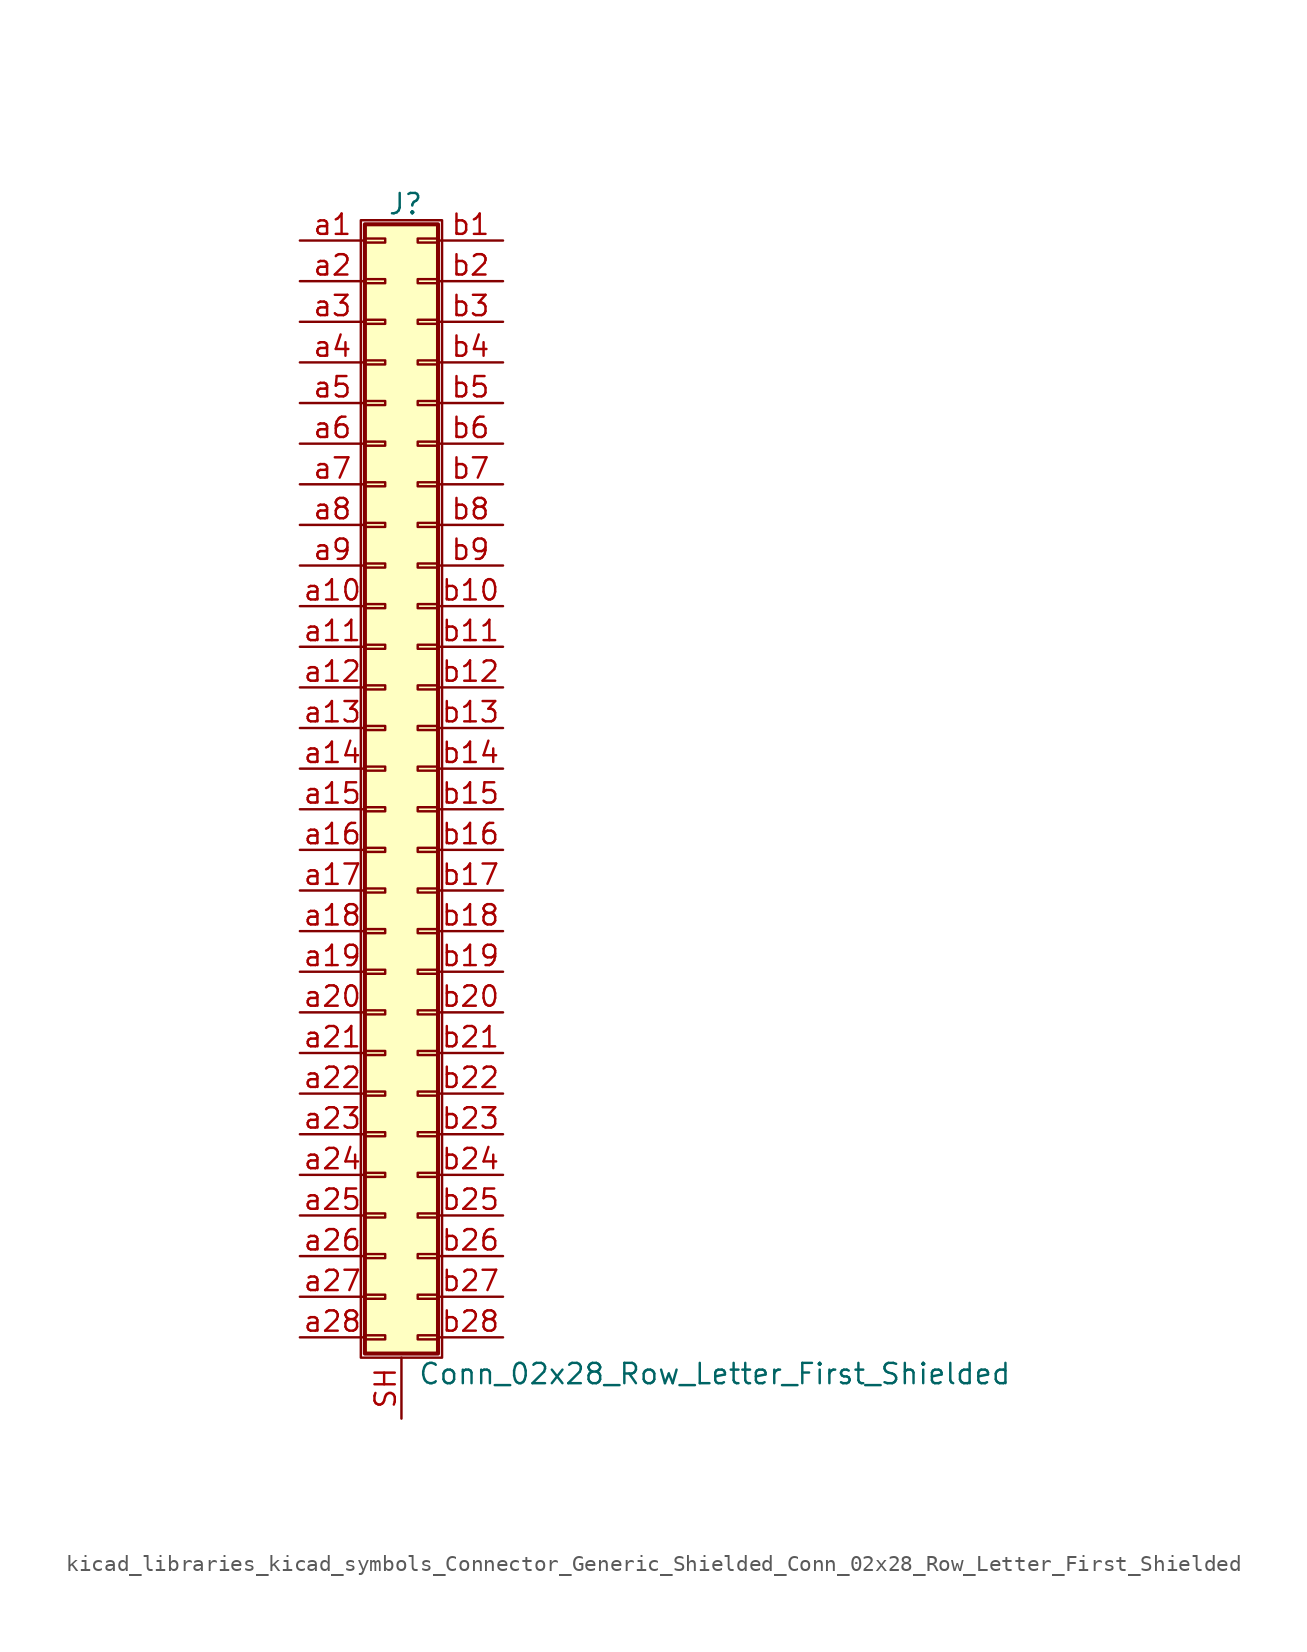
<source format=kicad_sym>
(kicad_symbol_lib
  (version 20220914)
  (generator kicad_symbol_editor)
  (symbol "kicad_libraries_kicad_symbols_Connector_Generic_Shielded_Conn_02x28_Row_Letter_First_Shielded"
    (pin_names
      (offset 1.016) hide)
    (property "Reference" "J"
      (at 1.524 35.306 0)
      (effects (font (size 1.27 1.27))))
    (property "Value" "Conn_02x28_Row_Letter_First_Shielded"
      (at 2.286 -37.846 0)
      (effects (font (size 1.27 1.27)) (justify left)))
    (symbol "kicad_libraries_kicad_symbols_Connector_Generic_Shielded_Conn_02x28_Row_Letter_First_Shielded_1_1"
      (rectangle (start -1.27 34.29) (end 3.81 -36.83) (stroke (width 0.152) (type default)) (fill (type none)))
      (rectangle (start -1.016 -35.433) (end 0.254 -35.687) (stroke (width 0.152) (type default)) (fill (type none)))
      (rectangle (start -1.016 -32.893) (end 0.254 -33.147) (stroke (width 0.152) (type default)) (fill (type none)))
      (rectangle (start -1.016 -30.353) (end 0.254 -30.607) (stroke (width 0.152) (type default)) (fill (type none)))
      (rectangle (start -1.016 -27.813) (end 0.254 -28.067) (stroke (width 0.152) (type default)) (fill (type none)))
      (rectangle (start -1.016 -25.273) (end 0.254 -25.527) (stroke (width 0.152) (type default)) (fill (type none)))
      (rectangle (start -1.016 -22.733) (end 0.254 -22.987) (stroke (width 0.152) (type default)) (fill (type none)))
      (rectangle (start -1.016 -20.193) (end 0.254 -20.447) (stroke (width 0.152) (type default)) (fill (type none)))
      (rectangle (start -1.016 -17.653) (end 0.254 -17.907) (stroke (width 0.152) (type default)) (fill (type none)))
      (rectangle (start -1.016 -15.113) (end 0.254 -15.367) (stroke (width 0.152) (type default)) (fill (type none)))
      (rectangle (start -1.016 -12.573) (end 0.254 -12.827) (stroke (width 0.152) (type default)) (fill (type none)))
      (rectangle (start -1.016 -10.033) (end 0.254 -10.287) (stroke (width 0.152) (type default)) (fill (type none)))
      (rectangle (start -1.016 -7.493) (end 0.254 -7.747) (stroke (width 0.152) (type default)) (fill (type none)))
      (rectangle (start -1.016 -4.953) (end 0.254 -5.207) (stroke (width 0.152) (type default)) (fill (type none)))
      (rectangle (start -1.016 -2.413) (end 0.254 -2.667) (stroke (width 0.152) (type default)) (fill (type none)))
      (rectangle (start -1.016 0.127) (end 0.254 -0.127) (stroke (width 0.152) (type default)) (fill (type none)))
      (rectangle (start -1.016 2.667) (end 0.254 2.413) (stroke (width 0.152) (type default)) (fill (type none)))
      (rectangle (start -1.016 5.207) (end 0.254 4.953) (stroke (width 0.152) (type default)) (fill (type none)))
      (rectangle (start -1.016 7.747) (end 0.254 7.493) (stroke (width 0.152) (type default)) (fill (type none)))
      (rectangle (start -1.016 10.287) (end 0.254 10.033) (stroke (width 0.152) (type default)) (fill (type none)))
      (rectangle (start -1.016 12.827) (end 0.254 12.573) (stroke (width 0.152) (type default)) (fill (type none)))
      (rectangle (start -1.016 15.367) (end 0.254 15.113) (stroke (width 0.152) (type default)) (fill (type none)))
      (rectangle (start -1.016 17.907) (end 0.254 17.653) (stroke (width 0.152) (type default)) (fill (type none)))
      (rectangle (start -1.016 20.447) (end 0.254 20.193) (stroke (width 0.152) (type default)) (fill (type none)))
      (rectangle (start -1.016 22.987) (end 0.254 22.733) (stroke (width 0.152) (type default)) (fill (type none)))
      (rectangle (start -1.016 25.527) (end 0.254 25.273) (stroke (width 0.152) (type default)) (fill (type none)))
      (rectangle (start -1.016 28.067) (end 0.254 27.813) (stroke (width 0.152) (type default)) (fill (type none)))
      (rectangle (start -1.016 30.607) (end 0.254 30.353) (stroke (width 0.152) (type default)) (fill (type none)))
      (rectangle (start -1.016 33.147) (end 0.254 32.893) (stroke (width 0.152) (type default)) (fill (type none)))
      (rectangle (start -1.016 34.036) (end 3.556 -36.576) (stroke (width 0.254) (type default)) (fill (type background)))
      (rectangle (start 3.556 -35.433) (end 2.286 -35.687) (stroke (width 0.152) (type default)) (fill (type none)))
      (rectangle (start 3.556 -32.893) (end 2.286 -33.147) (stroke (width 0.152) (type default)) (fill (type none)))
      (rectangle (start 3.556 -30.353) (end 2.286 -30.607) (stroke (width 0.152) (type default)) (fill (type none)))
      (rectangle (start 3.556 -27.813) (end 2.286 -28.067) (stroke (width 0.152) (type default)) (fill (type none)))
      (rectangle (start 3.556 -25.273) (end 2.286 -25.527) (stroke (width 0.152) (type default)) (fill (type none)))
      (rectangle (start 3.556 -22.733) (end 2.286 -22.987) (stroke (width 0.152) (type default)) (fill (type none)))
      (rectangle (start 3.556 -20.193) (end 2.286 -20.447) (stroke (width 0.152) (type default)) (fill (type none)))
      (rectangle (start 3.556 -17.653) (end 2.286 -17.907) (stroke (width 0.152) (type default)) (fill (type none)))
      (rectangle (start 3.556 -15.113) (end 2.286 -15.367) (stroke (width 0.152) (type default)) (fill (type none)))
      (rectangle (start 3.556 -12.573) (end 2.286 -12.827) (stroke (width 0.152) (type default)) (fill (type none)))
      (rectangle (start 3.556 -10.033) (end 2.286 -10.287) (stroke (width 0.152) (type default)) (fill (type none)))
      (rectangle (start 3.556 -7.493) (end 2.286 -7.747) (stroke (width 0.152) (type default)) (fill (type none)))
      (rectangle (start 3.556 -4.953) (end 2.286 -5.207) (stroke (width 0.152) (type default)) (fill (type none)))
      (rectangle (start 3.556 -2.413) (end 2.286 -2.667) (stroke (width 0.152) (type default)) (fill (type none)))
      (rectangle (start 3.556 0.127) (end 2.286 -0.127) (stroke (width 0.152) (type default)) (fill (type none)))
      (rectangle (start 3.556 2.667) (end 2.286 2.413) (stroke (width 0.152) (type default)) (fill (type none)))
      (rectangle (start 3.556 5.207) (end 2.286 4.953) (stroke (width 0.152) (type default)) (fill (type none)))
      (rectangle (start 3.556 7.747) (end 2.286 7.493) (stroke (width 0.152) (type default)) (fill (type none)))
      (rectangle (start 3.556 10.287) (end 2.286 10.033) (stroke (width 0.152) (type default)) (fill (type none)))
      (rectangle (start 3.556 12.827) (end 2.286 12.573) (stroke (width 0.152) (type default)) (fill (type none)))
      (rectangle (start 3.556 15.367) (end 2.286 15.113) (stroke (width 0.152) (type default)) (fill (type none)))
      (rectangle (start 3.556 17.907) (end 2.286 17.653) (stroke (width 0.152) (type default)) (fill (type none)))
      (rectangle (start 3.556 20.447) (end 2.286 20.193) (stroke (width 0.152) (type default)) (fill (type none)))
      (rectangle (start 3.556 22.987) (end 2.286 22.733) (stroke (width 0.152) (type default)) (fill (type none)))
      (rectangle (start 3.556 25.527) (end 2.286 25.273) (stroke (width 0.152) (type default)) (fill (type none)))
      (rectangle (start 3.556 28.067) (end 2.286 27.813) (stroke (width 0.152) (type default)) (fill (type none)))
      (rectangle (start 3.556 30.607) (end 2.286 30.353) (stroke (width 0.152) (type default)) (fill (type none)))
      (rectangle (start 3.556 33.147) (end 2.286 32.893) (stroke (width 0.152) (type default)) (fill (type none)))
      (pin passive line (at 1.27 -40.64 90) (length 3.81) (name "Shield" (effects (font (size 1.27 1.27)))) (number "SH" (effects (font (size 1.27 1.27)))))
      (pin passive line (at -5.08 33.02 0) (length 4.064) (name "Pin_a1" (effects (font (size 1.27 1.27)))) (number "a1" (effects (font (size 1.27 1.27)))))
      (pin passive line (at -5.08 10.16 0) (length 4.064) (name "Pin_a10" (effects (font (size 1.27 1.27)))) (number "a10" (effects (font (size 1.27 1.27)))))
      (pin passive line (at -5.08 7.62 0) (length 4.064) (name "Pin_a11" (effects (font (size 1.27 1.27)))) (number "a11" (effects (font (size 1.27 1.27)))))
      (pin passive line (at -5.08 5.08 0) (length 4.064) (name "Pin_a12" (effects (font (size 1.27 1.27)))) (number "a12" (effects (font (size 1.27 1.27)))))
      (pin passive line (at -5.08 2.54 0) (length 4.064) (name "Pin_a13" (effects (font (size 1.27 1.27)))) (number "a13" (effects (font (size 1.27 1.27)))))
      (pin passive line (at -5.08 0 0) (length 4.064) (name "Pin_a14" (effects (font (size 1.27 1.27)))) (number "a14" (effects (font (size 1.27 1.27)))))
      (pin passive line (at -5.08 -2.54 0) (length 4.064) (name "Pin_a15" (effects (font (size 1.27 1.27)))) (number "a15" (effects (font (size 1.27 1.27)))))
      (pin passive line (at -5.08 -5.08 0) (length 4.064) (name "Pin_a16" (effects (font (size 1.27 1.27)))) (number "a16" (effects (font (size 1.27 1.27)))))
      (pin passive line (at -5.08 -7.62 0) (length 4.064) (name "Pin_a17" (effects (font (size 1.27 1.27)))) (number "a17" (effects (font (size 1.27 1.27)))))
      (pin passive line (at -5.08 -10.16 0) (length 4.064) (name "Pin_a18" (effects (font (size 1.27 1.27)))) (number "a18" (effects (font (size 1.27 1.27)))))
      (pin passive line (at -5.08 -12.7 0) (length 4.064) (name "Pin_a19" (effects (font (size 1.27 1.27)))) (number "a19" (effects (font (size 1.27 1.27)))))
      (pin passive line (at -5.08 30.48 0) (length 4.064) (name "Pin_a2" (effects (font (size 1.27 1.27)))) (number "a2" (effects (font (size 1.27 1.27)))))
      (pin passive line (at -5.08 -15.24 0) (length 4.064) (name "Pin_a20" (effects (font (size 1.27 1.27)))) (number "a20" (effects (font (size 1.27 1.27)))))
      (pin passive line (at -5.08 -17.78 0) (length 4.064) (name "Pin_a21" (effects (font (size 1.27 1.27)))) (number "a21" (effects (font (size 1.27 1.27)))))
      (pin passive line (at -5.08 -20.32 0) (length 4.064) (name "Pin_a22" (effects (font (size 1.27 1.27)))) (number "a22" (effects (font (size 1.27 1.27)))))
      (pin passive line (at -5.08 -22.86 0) (length 4.064) (name "Pin_a23" (effects (font (size 1.27 1.27)))) (number "a23" (effects (font (size 1.27 1.27)))))
      (pin passive line (at -5.08 -25.4 0) (length 4.064) (name "Pin_a24" (effects (font (size 1.27 1.27)))) (number "a24" (effects (font (size 1.27 1.27)))))
      (pin passive line (at -5.08 -27.94 0) (length 4.064) (name "Pin_a25" (effects (font (size 1.27 1.27)))) (number "a25" (effects (font (size 1.27 1.27)))))
      (pin passive line (at -5.08 -30.48 0) (length 4.064) (name "Pin_a26" (effects (font (size 1.27 1.27)))) (number "a26" (effects (font (size 1.27 1.27)))))
      (pin passive line (at -5.08 -33.02 0) (length 4.064) (name "Pin_a27" (effects (font (size 1.27 1.27)))) (number "a27" (effects (font (size 1.27 1.27)))))
      (pin passive line (at -5.08 -35.56 0) (length 4.064) (name "Pin_a28" (effects (font (size 1.27 1.27)))) (number "a28" (effects (font (size 1.27 1.27)))))
      (pin passive line (at -5.08 27.94 0) (length 4.064) (name "Pin_a3" (effects (font (size 1.27 1.27)))) (number "a3" (effects (font (size 1.27 1.27)))))
      (pin passive line (at -5.08 25.4 0) (length 4.064) (name "Pin_a4" (effects (font (size 1.27 1.27)))) (number "a4" (effects (font (size 1.27 1.27)))))
      (pin passive line (at -5.08 22.86 0) (length 4.064) (name "Pin_a5" (effects (font (size 1.27 1.27)))) (number "a5" (effects (font (size 1.27 1.27)))))
      (pin passive line (at -5.08 20.32 0) (length 4.064) (name "Pin_a6" (effects (font (size 1.27 1.27)))) (number "a6" (effects (font (size 1.27 1.27)))))
      (pin passive line (at -5.08 17.78 0) (length 4.064) (name "Pin_a7" (effects (font (size 1.27 1.27)))) (number "a7" (effects (font (size 1.27 1.27)))))
      (pin passive line (at -5.08 15.24 0) (length 4.064) (name "Pin_a8" (effects (font (size 1.27 1.27)))) (number "a8" (effects (font (size 1.27 1.27)))))
      (pin passive line (at -5.08 12.7 0) (length 4.064) (name "Pin_a9" (effects (font (size 1.27 1.27)))) (number "a9" (effects (font (size 1.27 1.27)))))
      (pin passive line (at 7.62 33.02 180) (length 4.064) (name "Pin_b1" (effects (font (size 1.27 1.27)))) (number "b1" (effects (font (size 1.27 1.27)))))
      (pin passive line (at 7.62 10.16 180) (length 4.064) (name "Pin_b10" (effects (font (size 1.27 1.27)))) (number "b10" (effects (font (size 1.27 1.27)))))
      (pin passive line (at 7.62 7.62 180) (length 4.064) (name "Pin_b11" (effects (font (size 1.27 1.27)))) (number "b11" (effects (font (size 1.27 1.27)))))
      (pin passive line (at 7.62 5.08 180) (length 4.064) (name "Pin_b12" (effects (font (size 1.27 1.27)))) (number "b12" (effects (font (size 1.27 1.27)))))
      (pin passive line (at 7.62 2.54 180) (length 4.064) (name "Pin_b13" (effects (font (size 1.27 1.27)))) (number "b13" (effects (font (size 1.27 1.27)))))
      (pin passive line (at 7.62 0 180) (length 4.064) (name "Pin_b14" (effects (font (size 1.27 1.27)))) (number "b14" (effects (font (size 1.27 1.27)))))
      (pin passive line (at 7.62 -2.54 180) (length 4.064) (name "Pin_b15" (effects (font (size 1.27 1.27)))) (number "b15" (effects (font (size 1.27 1.27)))))
      (pin passive line (at 7.62 -5.08 180) (length 4.064) (name "Pin_b16" (effects (font (size 1.27 1.27)))) (number "b16" (effects (font (size 1.27 1.27)))))
      (pin passive line (at 7.62 -7.62 180) (length 4.064) (name "Pin_b17" (effects (font (size 1.27 1.27)))) (number "b17" (effects (font (size 1.27 1.27)))))
      (pin passive line (at 7.62 -10.16 180) (length 4.064) (name "Pin_b18" (effects (font (size 1.27 1.27)))) (number "b18" (effects (font (size 1.27 1.27)))))
      (pin passive line (at 7.62 -12.7 180) (length 4.064) (name "Pin_b19" (effects (font (size 1.27 1.27)))) (number "b19" (effects (font (size 1.27 1.27)))))
      (pin passive line (at 7.62 30.48 180) (length 4.064) (name "Pin_b2" (effects (font (size 1.27 1.27)))) (number "b2" (effects (font (size 1.27 1.27)))))
      (pin passive line (at 7.62 -15.24 180) (length 4.064) (name "Pin_b20" (effects (font (size 1.27 1.27)))) (number "b20" (effects (font (size 1.27 1.27)))))
      (pin passive line (at 7.62 -17.78 180) (length 4.064) (name "Pin_b21" (effects (font (size 1.27 1.27)))) (number "b21" (effects (font (size 1.27 1.27)))))
      (pin passive line (at 7.62 -20.32 180) (length 4.064) (name "Pin_b22" (effects (font (size 1.27 1.27)))) (number "b22" (effects (font (size 1.27 1.27)))))
      (pin passive line (at 7.62 -22.86 180) (length 4.064) (name "Pin_b23" (effects (font (size 1.27 1.27)))) (number "b23" (effects (font (size 1.27 1.27)))))
      (pin passive line (at 7.62 -25.4 180) (length 4.064) (name "Pin_b24" (effects (font (size 1.27 1.27)))) (number "b24" (effects (font (size 1.27 1.27)))))
      (pin passive line (at 7.62 -27.94 180) (length 4.064) (name "Pin_b25" (effects (font (size 1.27 1.27)))) (number "b25" (effects (font (size 1.27 1.27)))))
      (pin passive line (at 7.62 -30.48 180) (length 4.064) (name "Pin_b26" (effects (font (size 1.27 1.27)))) (number "b26" (effects (font (size 1.27 1.27)))))
      (pin passive line (at 7.62 -33.02 180) (length 4.064) (name "Pin_b27" (effects (font (size 1.27 1.27)))) (number "b27" (effects (font (size 1.27 1.27)))))
      (pin passive line (at 7.62 -35.56 180) (length 4.064) (name "Pin_b28" (effects (font (size 1.27 1.27)))) (number "b28" (effects (font (size 1.27 1.27)))))
      (pin passive line (at 7.62 27.94 180) (length 4.064) (name "Pin_b3" (effects (font (size 1.27 1.27)))) (number "b3" (effects (font (size 1.27 1.27)))))
      (pin passive line (at 7.62 25.4 180) (length 4.064) (name "Pin_b4" (effects (font (size 1.27 1.27)))) (number "b4" (effects (font (size 1.27 1.27)))))
      (pin passive line (at 7.62 22.86 180) (length 4.064) (name "Pin_b5" (effects (font (size 1.27 1.27)))) (number "b5" (effects (font (size 1.27 1.27)))))
      (pin passive line (at 7.62 20.32 180) (length 4.064) (name "Pin_b6" (effects (font (size 1.27 1.27)))) (number "b6" (effects (font (size 1.27 1.27)))))
      (pin passive line (at 7.62 17.78 180) (length 4.064) (name "Pin_b7" (effects (font (size 1.27 1.27)))) (number "b7" (effects (font (size 1.27 1.27)))))
      (pin passive line (at 7.62 15.24 180) (length 4.064) (name "Pin_b8" (effects (font (size 1.27 1.27)))) (number "b8" (effects (font (size 1.27 1.27)))))
      (pin passive line (at 7.62 12.7 180) (length 4.064) (name "Pin_b9" (effects (font (size 1.27 1.27)))) (number "b9" (effects (font (size 1.27 1.27))))))))
</source>
